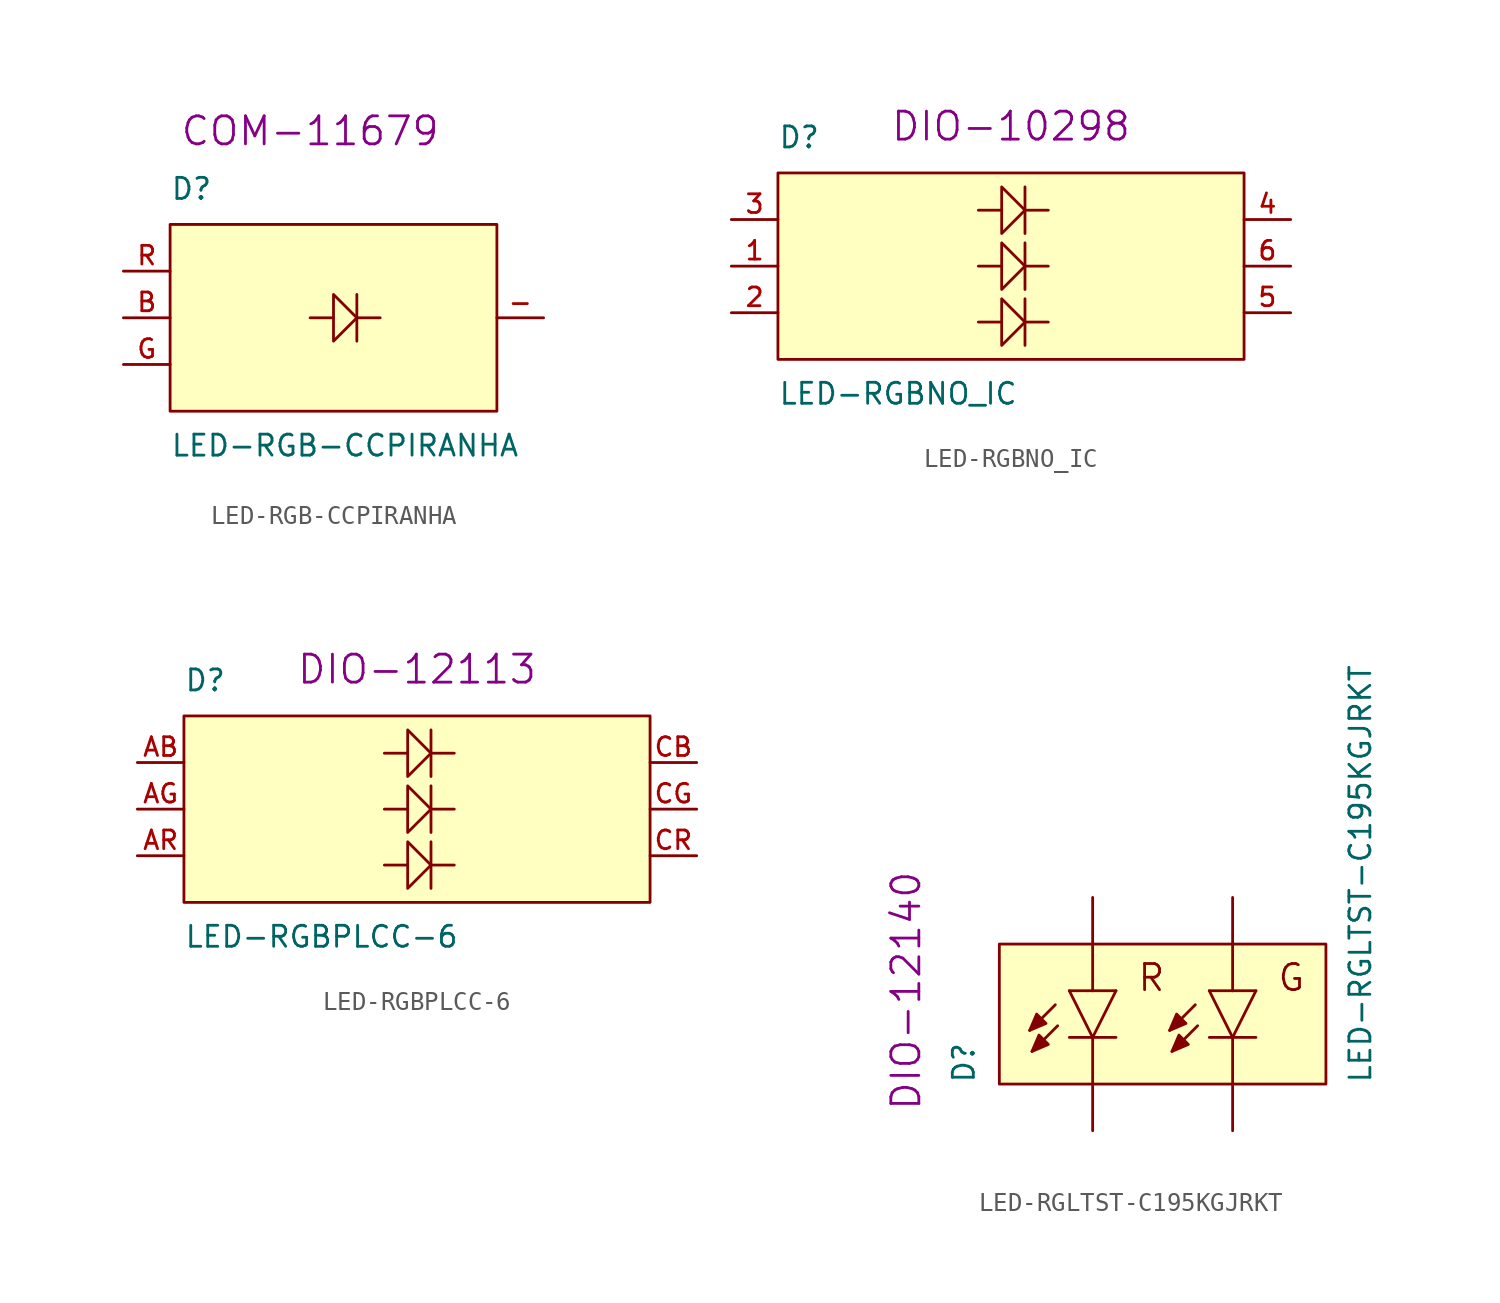
<source format=kicad_sym>
(kicad_symbol_lib
  (version 20220914)
  (generator kicad_symbol_editor)
  (symbol "LED-RGB-CCPIRANHA"
    (pin_names
      (offset 1.016) hide)
    (property "Reference" "D"
      (at -7.62 6.35 0)
      (effects (font (size 1.143 1.143)) (justify left bottom)))
    (property "Value" "LED-RGB-CCPIRANHA"
      (at -7.62 -7.62 0)
      (effects (font (size 1.143 1.143)) (justify left bottom)))
    (property "Field4" "COM-11679"
      (at 0 10.16 0)
      (effects (font (size 1.524 1.524))))
    (property "ki_locked" ""
      (at 0 0 0)
      (effects (font (size 1.27 1.27))))
    (symbol "LED-RGB-CCPIRANHA_1_0"
      (polyline (pts (xy 1.27 0) (xy 0 0)) (stroke (width 0) (type solid)) (fill (type none)))
      (polyline (pts (xy 2.54 0) (xy 2.54 -1.27)) (stroke (width 0) (type solid)) (fill (type none)))
      (polyline (pts (xy 2.54 0) (xy 3.81 0)) (stroke (width 0) (type solid)) (fill (type none)))
      (polyline (pts (xy 2.54 1.27) (xy 2.54 0)) (stroke (width 0) (type solid)) (fill (type none))))
    (symbol "LED-RGB-CCPIRANHA_1_1"
      (polyline (pts (xy 1.27 1.27) (xy 1.27 0) (xy 1.27 -1.27) (xy 2.54 0) (xy 1.27 1.27)) (stroke (width 0) (type solid)) (fill (type background)))
      (polyline (pts (xy 10.16 5.08) (xy 10.16 -5.08) (xy -7.62 -5.08) (xy -7.62 5.08) (xy 10.16 5.08)) (stroke (width 0) (type solid)) (fill (type background)))
      (pin bidirectional line (at 12.7 0 180) (length 2.54) (name "C" (effects (font (size 1.016 1.016)))) (number "-" (effects (font (size 1.016 1.016)))))
      (pin bidirectional line (at -10.16 0 0) (length 2.54) (name "BLU" (effects (font (size 1.016 1.016)))) (number "B" (effects (font (size 1.016 1.016)))))
      (pin bidirectional line (at -10.16 -2.54 0) (length 2.54) (name "GRN" (effects (font (size 1.016 1.016)))) (number "G" (effects (font (size 1.016 1.016)))))
      (pin bidirectional line (at -10.16 2.54 0) (length 2.54) (name "RED" (effects (font (size 1.016 1.016)))) (number "R" (effects (font (size 1.016 1.016)))))))
  (symbol "LED-RGBNO_IC"
    (pin_names
      (offset 1.016) hide)
    (property "Reference" "D"
      (at -12.7 6.35 0)
      (effects (font (size 1.143 1.143)) (justify left bottom)))
    (property "Value" "LED-RGBNO_IC"
      (at -12.7 -7.62 0)
      (effects (font (size 1.143 1.143)) (justify left bottom)))
    (property "Field4" "DIO-10298"
      (at 0 7.62 0)
      (effects (font (size 1.524 1.524))))
    (property "ki_locked" ""
      (at 0 0 0)
      (effects (font (size 1.27 1.27))))
    (symbol "LED-RGBNO_IC_1_0"
      (polyline (pts (xy -0.508 -3.048) (xy -1.778 -3.048)) (stroke (width 0) (type solid)) (fill (type none)))
      (polyline (pts (xy -0.508 0) (xy -1.778 0)) (stroke (width 0) (type solid)) (fill (type none)))
      (polyline (pts (xy -0.508 3.048) (xy -1.778 3.048)) (stroke (width 0) (type solid)) (fill (type none)))
      (polyline (pts (xy 0.762 -4.318) (xy 0.762 -3.048)) (stroke (width 0) (type solid)) (fill (type none)))
      (polyline (pts (xy 0.762 -3.048) (xy 0.762 -1.778)) (stroke (width 0) (type solid)) (fill (type none)))
      (polyline (pts (xy 0.762 -3.048) (xy 2.032 -3.048)) (stroke (width 0) (type solid)) (fill (type none)))
      (polyline (pts (xy 0.762 -1.27) (xy 0.762 0)) (stroke (width 0) (type solid)) (fill (type none)))
      (polyline (pts (xy 0.762 0) (xy 0.762 1.27)) (stroke (width 0) (type solid)) (fill (type none)))
      (polyline (pts (xy 0.762 0) (xy 2.032 0)) (stroke (width 0) (type solid)) (fill (type none)))
      (polyline (pts (xy 0.762 1.778) (xy 0.762 3.048)) (stroke (width 0) (type solid)) (fill (type none)))
      (polyline (pts (xy 0.762 3.048) (xy 0.762 4.318)) (stroke (width 0) (type solid)) (fill (type none)))
      (polyline (pts (xy 0.762 3.048) (xy 2.032 3.048)) (stroke (width 0) (type solid)) (fill (type none))))
    (symbol "LED-RGBNO_IC_1_1"
      (polyline (pts (xy -12.7 5.08) (xy -12.7 -5.08) (xy 12.7 -5.08) (xy 12.7 5.08) (xy -12.7 5.08)) (stroke (width 0) (type solid)) (fill (type background)))
      (polyline (pts (xy -0.508 -4.318) (xy -0.508 -3.048) (xy -0.508 -1.778) (xy 0.762 -3.048) (xy -0.508 -4.318)) (stroke (width 0) (type solid)) (fill (type background)))
      (polyline (pts (xy -0.508 -1.27) (xy -0.508 0) (xy -0.508 1.27) (xy 0.762 0) (xy -0.508 -1.27)) (stroke (width 0) (type solid)) (fill (type background)))
      (polyline (pts (xy -0.508 1.778) (xy -0.508 3.048) (xy -0.508 4.318) (xy 0.762 3.048) (xy -0.508 1.778)) (stroke (width 0) (type solid)) (fill (type background)))
      (pin bidirectional line (at -15.24 0 0) (length 2.54) (name "GRN-A" (effects (font (size 1.016 1.016)))) (number "1" (effects (font (size 1.016 1.016)))))
      (pin bidirectional line (at -15.24 -2.54 0) (length 2.54) (name "RED-A" (effects (font (size 1.016 1.016)))) (number "2" (effects (font (size 1.016 1.016)))))
      (pin bidirectional line (at -15.24 2.54 0) (length 2.54) (name "BLU-A" (effects (font (size 1.016 1.016)))) (number "3" (effects (font (size 1.016 1.016)))))
      (pin bidirectional line (at 15.24 2.54 180) (length 2.54) (name "BLU-C" (effects (font (size 1.016 1.016)))) (number "4" (effects (font (size 1.016 1.016)))))
      (pin bidirectional line (at 15.24 -2.54 180) (length 2.54) (name "RED-C" (effects (font (size 1.016 1.016)))) (number "5" (effects (font (size 1.016 1.016)))))
      (pin bidirectional line (at 15.24 0 180) (length 2.54) (name "GRN-C" (effects (font (size 1.016 1.016)))) (number "6" (effects (font (size 1.016 1.016)))))))
  (symbol "LED-RGBPLCC-6"
    (pin_names
      (offset 1.016) hide)
    (property "Reference" "D"
      (at -12.7 6.35 0)
      (effects (font (size 1.143 1.143)) (justify left bottom)))
    (property "Value" "LED-RGBPLCC-6"
      (at -12.7 -7.62 0)
      (effects (font (size 1.143 1.143)) (justify left bottom)))
    (property "Field4" "DIO-12113"
      (at 0 7.62 0)
      (effects (font (size 1.524 1.524))))
    (property "ki_locked" ""
      (at 0 0 0)
      (effects (font (size 1.27 1.27))))
    (symbol "LED-RGBPLCC-6_1_0"
      (polyline (pts (xy -0.508 -3.048) (xy -1.778 -3.048)) (stroke (width 0) (type solid)) (fill (type none)))
      (polyline (pts (xy -0.508 0) (xy -1.778 0)) (stroke (width 0) (type solid)) (fill (type none)))
      (polyline (pts (xy -0.508 3.048) (xy -1.778 3.048)) (stroke (width 0) (type solid)) (fill (type none)))
      (polyline (pts (xy 0.762 -4.318) (xy 0.762 -3.048)) (stroke (width 0) (type solid)) (fill (type none)))
      (polyline (pts (xy 0.762 -3.048) (xy 0.762 -1.778)) (stroke (width 0) (type solid)) (fill (type none)))
      (polyline (pts (xy 0.762 -3.048) (xy 2.032 -3.048)) (stroke (width 0) (type solid)) (fill (type none)))
      (polyline (pts (xy 0.762 -1.27) (xy 0.762 0)) (stroke (width 0) (type solid)) (fill (type none)))
      (polyline (pts (xy 0.762 0) (xy 0.762 1.27)) (stroke (width 0) (type solid)) (fill (type none)))
      (polyline (pts (xy 0.762 0) (xy 2.032 0)) (stroke (width 0) (type solid)) (fill (type none)))
      (polyline (pts (xy 0.762 1.778) (xy 0.762 3.048)) (stroke (width 0) (type solid)) (fill (type none)))
      (polyline (pts (xy 0.762 3.048) (xy 0.762 4.318)) (stroke (width 0) (type solid)) (fill (type none)))
      (polyline (pts (xy 0.762 3.048) (xy 2.032 3.048)) (stroke (width 0) (type solid)) (fill (type none))))
    (symbol "LED-RGBPLCC-6_1_1"
      (polyline (pts (xy -12.7 5.08) (xy -12.7 -5.08) (xy 12.7 -5.08) (xy 12.7 5.08) (xy -12.7 5.08)) (stroke (width 0) (type solid)) (fill (type background)))
      (polyline (pts (xy -0.508 -4.318) (xy -0.508 -3.048) (xy -0.508 -1.778) (xy 0.762 -3.048) (xy -0.508 -4.318)) (stroke (width 0) (type solid)) (fill (type background)))
      (polyline (pts (xy -0.508 -1.27) (xy -0.508 0) (xy -0.508 1.27) (xy 0.762 0) (xy -0.508 -1.27)) (stroke (width 0) (type solid)) (fill (type background)))
      (polyline (pts (xy -0.508 1.778) (xy -0.508 3.048) (xy -0.508 4.318) (xy 0.762 3.048) (xy -0.508 1.778)) (stroke (width 0) (type solid)) (fill (type background)))
      (pin bidirectional line (at -15.24 2.54 0) (length 2.54) (name "BLU-A" (effects (font (size 1.016 1.016)))) (number "AB" (effects (font (size 1.016 1.016)))))
      (pin bidirectional line (at -15.24 0 0) (length 2.54) (name "GRN-A" (effects (font (size 1.016 1.016)))) (number "AG" (effects (font (size 1.016 1.016)))))
      (pin bidirectional line (at -15.24 -2.54 0) (length 2.54) (name "RED-A" (effects (font (size 1.016 1.016)))) (number "AR" (effects (font (size 1.016 1.016)))))
      (pin bidirectional line (at 15.24 2.54 180) (length 2.54) (name "BLU-C" (effects (font (size 1.016 1.016)))) (number "CB" (effects (font (size 1.016 1.016)))))
      (pin bidirectional line (at 15.24 0 180) (length 2.54) (name "GRN-C" (effects (font (size 1.016 1.016)))) (number "CG" (effects (font (size 1.016 1.016)))))
      (pin bidirectional line (at 15.24 -2.54 180) (length 2.54) (name "RED-C" (effects (font (size 1.016 1.016)))) (number "CR" (effects (font (size 1.016 1.016)))))))
  (symbol "LED-RGLTST-C195KGJRKT"
    (pin_numbers hide)
    (pin_names
      (offset 1.016) hide)
    (property "Reference" "D"
      (at -8.89 -5.08 90)
      (effects (font (size 1.143 1.143)) (justify left bottom)))
    (property "Value" "LED-RGLTST-C195KGJRKT"
      (at 12.7 -5.08 90)
      (effects (font (size 1.143 1.143)) (justify left bottom)))
    (property "Field4" "DIO-12140"
      (at -12.7 0 90)
      (effects (font (size 1.524 1.524))))
    (property "ki_locked" ""
      (at 0 0 0)
      (effects (font (size 1.27 1.27))))
    (symbol "LED-RGLTST-C195KGJRKT_1_0"
      (polyline (pts (xy -4.572 -0.762) (xy -5.969 -2.159)) (stroke (width 0) (type solid)) (fill (type none)))
      (polyline (pts (xy -4.445 -1.905) (xy -5.842 -3.302)) (stroke (width 0) (type solid)) (fill (type none)))
      (polyline (pts (xy -2.54 -2.54) (xy -3.81 -2.54)) (stroke (width 0) (type solid)) (fill (type none)))
      (polyline (pts (xy -2.54 -2.54) (xy -3.81 0)) (stroke (width 0) (type solid)) (fill (type none)))
      (polyline (pts (xy -2.54 -2.54) (xy -2.54 -5.08)) (stroke (width 0) (type solid)) (fill (type none)))
      (polyline (pts (xy -2.54 0) (xy -3.81 0)) (stroke (width 0) (type solid)) (fill (type none)))
      (polyline (pts (xy -2.54 2.54) (xy -2.54 0)) (stroke (width 0) (type solid)) (fill (type none)))
      (polyline (pts (xy -1.27 -2.54) (xy -2.54 -2.54)) (stroke (width 0) (type solid)) (fill (type none)))
      (polyline (pts (xy -1.27 0) (xy -2.54 -2.54)) (stroke (width 0) (type solid)) (fill (type none)))
      (polyline (pts (xy -1.27 0) (xy -2.54 0)) (stroke (width 0) (type solid)) (fill (type none)))
      (polyline (pts (xy 3.048 -0.762) (xy 1.651 -2.159)) (stroke (width 0) (type solid)) (fill (type none)))
      (polyline (pts (xy 3.175 -1.905) (xy 1.778 -3.302)) (stroke (width 0) (type solid)) (fill (type none)))
      (polyline (pts (xy 5.08 -2.54) (xy 3.81 -2.54)) (stroke (width 0) (type solid)) (fill (type none)))
      (polyline (pts (xy 5.08 -2.54) (xy 3.81 0)) (stroke (width 0) (type solid)) (fill (type none)))
      (polyline (pts (xy 5.08 -2.54) (xy 5.08 -5.08)) (stroke (width 0) (type solid)) (fill (type none)))
      (polyline (pts (xy 5.08 0) (xy 3.81 0)) (stroke (width 0) (type solid)) (fill (type none)))
      (polyline (pts (xy 5.08 2.54) (xy 5.08 0)) (stroke (width 0) (type solid)) (fill (type none)))
      (polyline (pts (xy 6.35 -2.54) (xy 5.08 -2.54)) (stroke (width 0) (type solid)) (fill (type none)))
      (polyline (pts (xy 6.35 0) (xy 5.08 -2.54)) (stroke (width 0) (type solid)) (fill (type none)))
      (polyline (pts (xy 6.35 0) (xy 5.08 0)) (stroke (width 0) (type solid)) (fill (type none)))
      (text "G" (at 8.28 0.711 0) (effects (font (size 1.422 1.422))))
      (text "R" (at 0.66 0.711 0) (effects (font (size 1.422 1.422)))))
    (symbol "LED-RGLTST-C195KGJRKT_1_1"
      (polyline (pts (xy -5.969 -2.159) (xy -5.588 -1.27) (xy -5.588 -1.27) (xy -5.08 -1.778) (xy -5.08 -1.778) (xy -5.969 -2.159)) (stroke (width 0) (type solid)) (fill (type outline)))
      (polyline (pts (xy -5.842 -3.302) (xy -5.461 -2.413) (xy -5.461 -2.413) (xy -4.953 -2.921) (xy -4.953 -2.921) (xy -5.842 -3.302)) (stroke (width 0) (type solid)) (fill (type outline)))
      (polyline (pts (xy 1.651 -2.159) (xy 2.032 -1.27) (xy 2.032 -1.27) (xy 2.54 -1.778) (xy 2.54 -1.778) (xy 1.651 -2.159)) (stroke (width 0) (type solid)) (fill (type outline)))
      (polyline (pts (xy 1.778 -3.302) (xy 2.159 -2.413) (xy 2.159 -2.413) (xy 2.667 -2.921) (xy 2.667 -2.921) (xy 1.778 -3.302)) (stroke (width 0) (type solid)) (fill (type outline)))
      (polyline (pts (xy -7.62 2.54) (xy -2.54 2.54) (xy 5.08 2.54) (xy 10.16 2.54) (xy 10.16 -5.08) (xy 5.08 -5.08) (xy -2.54 -5.08) (xy -7.62 -5.08) (xy -7.62 2.54)) (stroke (width 0) (type solid)) (fill (type background)))
      (pin passive line (at 5.08 5.08 270) (length 2.54) (name "GA" (effects (font (size 1.016 1.016)))) (number "P$1" (effects (font (size 1.016 1.016)))))
      (pin passive line (at -2.54 5.08 270) (length 2.54) (name "RA" (effects (font (size 1.016 1.016)))) (number "P$2" (effects (font (size 1.016 1.016)))))
      (pin passive line (at 5.08 -7.62 90) (length 2.54) (name "GC" (effects (font (size 1.016 1.016)))) (number "P$3" (effects (font (size 1.016 1.016)))))
      (pin passive line (at -2.54 -7.62 90) (length 2.54) (name "RC" (effects (font (size 1.016 1.016)))) (number "P$4" (effects (font (size 1.016 1.016))))))))
</source>
